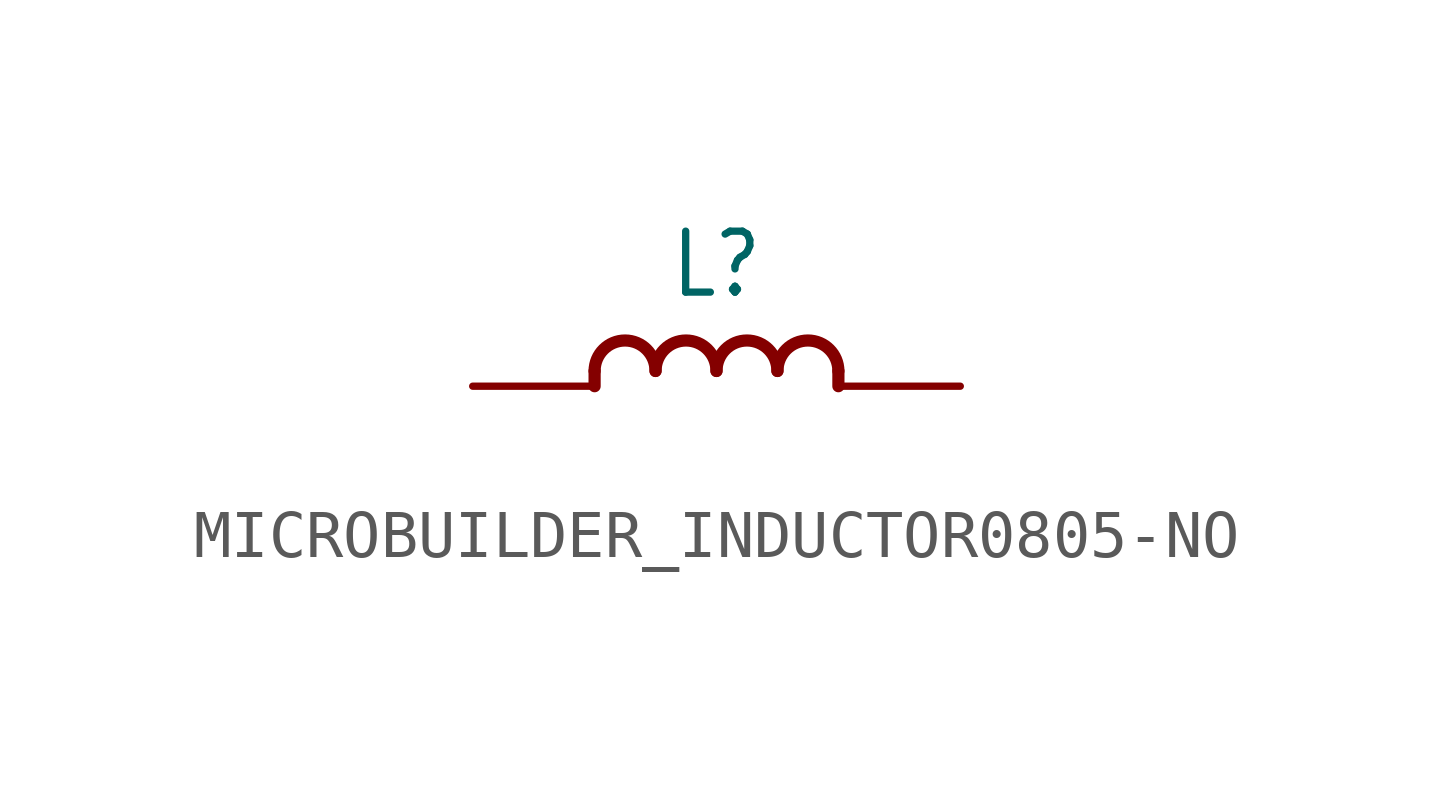
<source format=kicad_sym>
(kicad_symbol_lib
  (version 20220914)
  (generator kicad_symbol_editor)
  (symbol "MICROBUILDER_INDUCTOR0805-NO"
    (property "Reference" "L"
      (at 0 2.54 0)
      (effects (font (size 1.27 1.079))))
    (property "Value" ""
      (at 0 -1.54 0)
      (effects (font (size 1.27 1.079))))
    (property "ki_locked" ""
      (at 0 0 0)
      (effects (font (size 1.27 1.27))))
    (symbol "MICROBUILDER_INDUCTOR0805-NO_1_0"
      (arc (start -1.27 0.3173) (mid -1.9049 0.9497) (end -2.54 0.3175) (stroke (width 0.254) (type solid)) (fill (type none)))
      (polyline (pts (xy -2.54 0.318) (xy -2.54 0)) (stroke (width 0.254) (type solid)) (fill (type none)))
      (polyline (pts (xy 2.54 0.318) (xy 2.54 0)) (stroke (width 0.254) (type solid)) (fill (type none)))
      (arc (start 0 0.3173) (mid -0.6349 0.9497) (end -1.27 0.3175) (stroke (width 0.254) (type solid)) (fill (type none)))
      (arc (start 1.27 0.3173) (mid 0.6351 0.9497) (end 0 0.3175) (stroke (width 0.254) (type solid)) (fill (type none)))
      (arc (start 2.54 0.3173) (mid 1.9051 0.9497) (end 1.27 0.3175) (stroke (width 0.254) (type solid)) (fill (type none)))
      (pin passive line (at -5.08 0 0) (length 2.54) (name "1" (effects (font (size 0 0)))) (number "1" (effects (font (size 0 0)))))
      (pin passive line (at 5.08 0 180) (length 2.54) (name "2" (effects (font (size 0 0)))) (number "2" (effects (font (size 0 0))))))))
</source>
